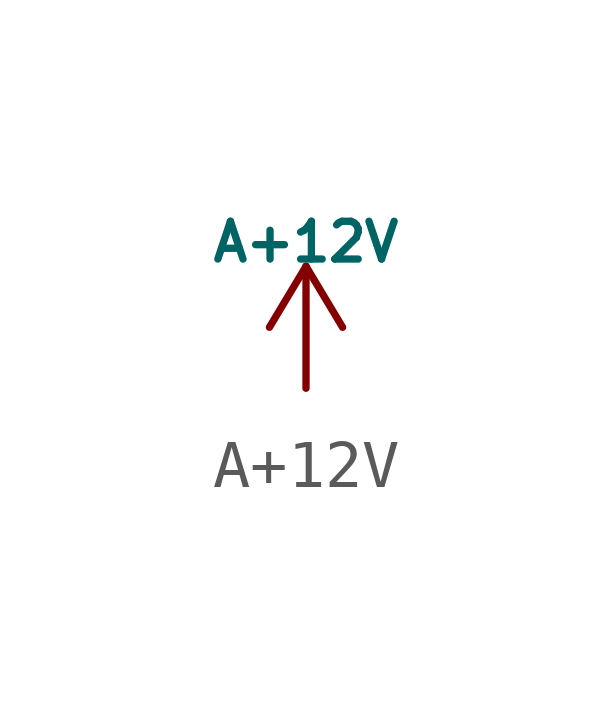
<source format=kicad_sym>
(kicad_symbol_lib
  (version 20220914)
  (generator kicad_symbol_editor)
  (symbol "A+12V"
    (power)
    (pin_numbers hide)
    (pin_names
      (offset 0) hide)
    (property "Reference" "#PWR"
      (at 0.254 -1.27 0)
      (effects (font (size 1.27 1.27)) hide))
    (property "Value" "A+12V"
      (at 0 3.048 0)
      (effects (font (size 0.787 0.787))))
    (symbol "A+12V_0_1"
      (polyline (pts (xy -0.762 1.27) (xy 0 2.54)) (stroke (width 0) (type solid)) (fill (type none)))
      (polyline (pts (xy 0 0) (xy 0 2.54)) (stroke (width 0) (type solid)) (fill (type none)))
      (polyline (pts (xy 0 2.54) (xy 0.762 1.27)) (stroke (width 0) (type solid)) (fill (type none))))
    (symbol "A+12V_1_1"
      (pin power_in line (at 0 0 90) (length 0) hide (name "+12V" (effects (font (size 1.27 1.27)))) (number "1" (effects (font (size 1.27 1.27))))))))
</source>
